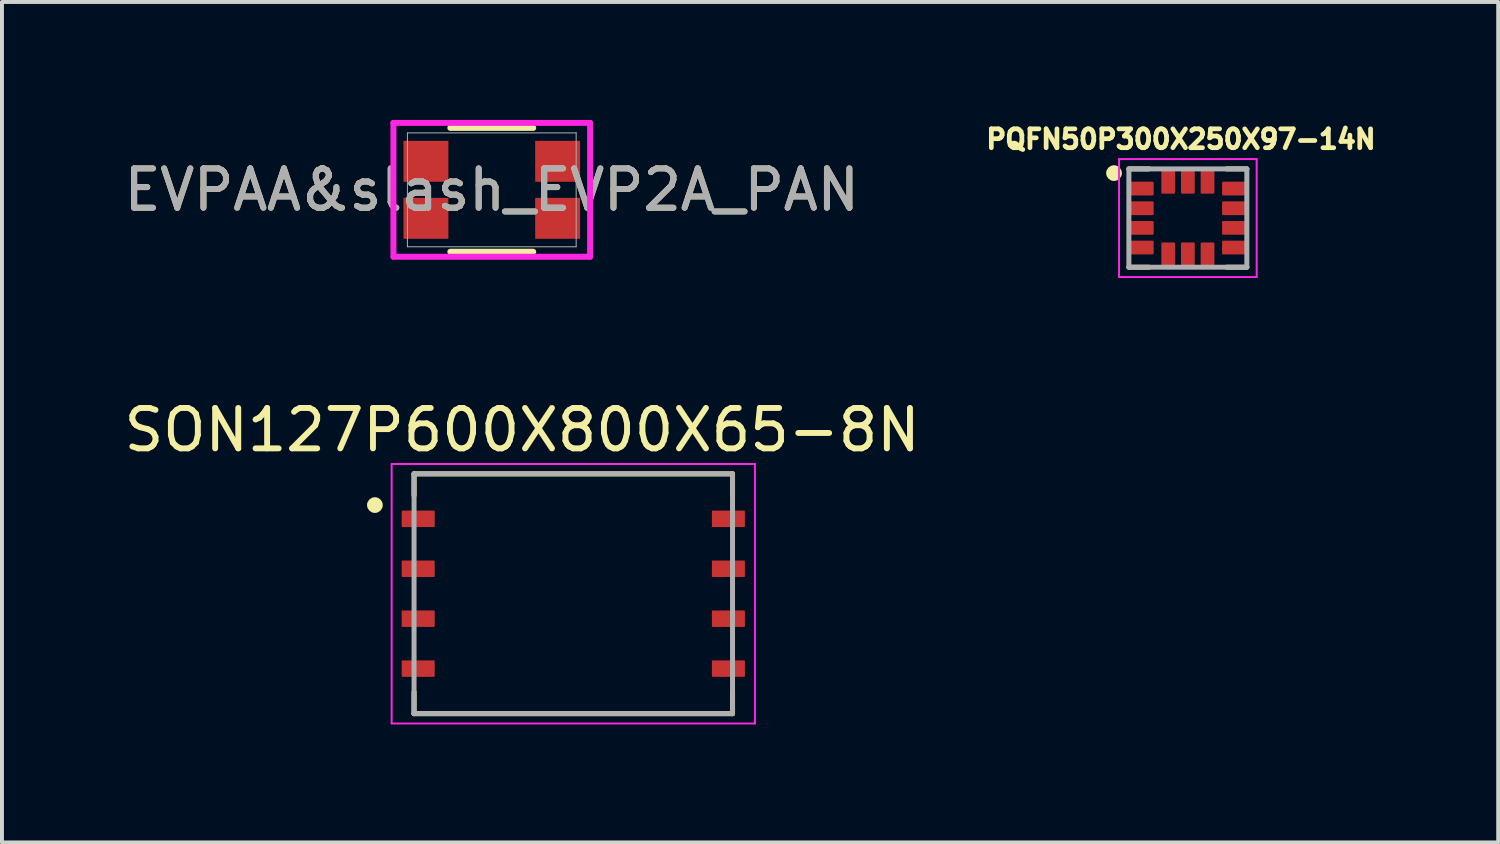
<source format=kicad_pcb>
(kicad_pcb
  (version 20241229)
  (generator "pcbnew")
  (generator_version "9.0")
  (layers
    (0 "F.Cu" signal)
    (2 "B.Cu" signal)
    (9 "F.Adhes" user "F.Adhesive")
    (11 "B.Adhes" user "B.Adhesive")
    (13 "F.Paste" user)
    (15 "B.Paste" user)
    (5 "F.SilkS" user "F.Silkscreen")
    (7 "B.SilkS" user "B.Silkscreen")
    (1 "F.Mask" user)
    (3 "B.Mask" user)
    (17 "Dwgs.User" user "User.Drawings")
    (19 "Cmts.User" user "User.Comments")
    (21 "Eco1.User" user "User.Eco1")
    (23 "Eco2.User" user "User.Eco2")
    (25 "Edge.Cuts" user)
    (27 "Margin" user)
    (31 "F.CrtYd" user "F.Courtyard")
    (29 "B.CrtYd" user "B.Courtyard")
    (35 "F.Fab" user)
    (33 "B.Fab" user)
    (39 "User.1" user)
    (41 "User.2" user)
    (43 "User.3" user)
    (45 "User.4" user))
  (footprint "PQFN50P300X250X97-14N"
    (layer "F.Cu")
    (at 27.162 2.496)
    (property "Reference" "PQFN50P300X250X97-14N" (at -0.176 -2.005 0) (layer "F.SilkS") (effects (font (size 0.48 0.48) (thickness 0.15))))
    (attr smd)
    (fp_line (start -1.5 -1.25) (end -0.99 -1.25) (stroke (width 0.127) (type solid)) (layer "F.SilkS"))
    (fp_line (start -1.5 1.25) (end -0.99 1.25) (stroke (width 0.127) (type solid)) (layer "F.SilkS"))
    (fp_line (start 0.99 -1.25) (end 1.5 -1.25) (stroke (width 0.127) (type solid)) (layer "F.SilkS"))
    (fp_line (start 1.5 1.25) (end 0.99 1.25) (stroke (width 0.127) (type solid)) (layer "F.SilkS"))
    (fp_circle (center -1.878 -1.143) (end -1.778 -1.143) (stroke (width 0.2) (type solid)) (fill no) (layer "F.SilkS"))
    (fp_line (start -1.75 -1.5) (end 1.75 -1.5) (stroke (width 0.05) (type solid)) (layer "F.CrtYd"))
    (fp_line (start -1.75 1.5) (end -1.75 -1.5) (stroke (width 0.05) (type solid)) (layer "F.CrtYd"))
    (fp_line (start 1.75 -1.5) (end 1.75 1.5) (stroke (width 0.05) (type solid)) (layer "F.CrtYd"))
    (fp_line (start 1.75 1.5) (end -1.75 1.5) (stroke (width 0.05) (type solid)) (layer "F.CrtYd"))
    (fp_line (start -1.5 -1.25) (end 1.5 -1.25) (stroke (width 0.127) (type solid)) (layer "F.Fab"))
    (fp_line (start -1.5 1.25) (end -1.5 -1.25) (stroke (width 0.127) (type solid)) (layer "F.Fab"))
    (fp_line (start 1.5 -1.25) (end 1.5 1.25) (stroke (width 0.127) (type solid)) (layer "F.Fab"))
    (fp_line (start 1.5 1.25) (end -1.5 1.25) (stroke (width 0.127) (type solid)) (layer "F.Fab"))
    (pad "1" smd roundrect (at -1.165 -0.75) (size 0.59 0.35) (layers "F.Cu" "F.Mask" "F.Paste") (roundrect_rratio 0.09))
    (pad "2" smd roundrect (at -1.165 -0.25) (size 0.59 0.35) (layers "F.Cu" "F.Mask" "F.Paste") (roundrect_rratio 0.09))
    (pad "3" smd roundrect (at -1.165 0.25) (size 0.59 0.35) (layers "F.Cu" "F.Mask" "F.Paste") (roundrect_rratio 0.09))
    (pad "4" smd roundrect (at -1.165 0.75) (size 0.59 0.35) (layers "F.Cu" "F.Mask" "F.Paste") (roundrect_rratio 0.09))
    (pad "5" smd roundrect (at -0.5 0.915 90) (size 0.59 0.35) (layers "F.Cu" "F.Mask" "F.Paste") (roundrect_rratio 0.09))
    (pad "6" smd roundrect (at 0 0.915 90) (size 0.59 0.35) (layers "F.Cu" "F.Mask" "F.Paste") (roundrect_rratio 0.09))
    (pad "7" smd roundrect (at 0.5 0.915 90) (size 0.59 0.35) (layers "F.Cu" "F.Mask" "F.Paste") (roundrect_rratio 0.09))
    (pad "8" smd roundrect (at 1.165 0.75 180) (size 0.59 0.35) (layers "F.Cu" "F.Mask" "F.Paste") (roundrect_rratio 0.09))
    (pad "9" smd roundrect (at 1.165 0.25 180) (size 0.59 0.35) (layers "F.Cu" "F.Mask" "F.Paste") (roundrect_rratio 0.09))
    (pad "10" smd roundrect (at 1.165 -0.25 180) (size 0.59 0.35) (layers "F.Cu" "F.Mask" "F.Paste") (roundrect_rratio 0.09))
    (pad "11" smd roundrect (at 1.165 -0.75 180) (size 0.59 0.35) (layers "F.Cu" "F.Mask" "F.Paste") (roundrect_rratio 0.09))
    (pad "12" smd roundrect (at 0.5 -0.915 270) (size 0.59 0.35) (layers "F.Cu" "F.Mask" "F.Paste") (roundrect_rratio 0.09))
    (pad "13" smd roundrect (at 0 -0.915 270) (size 0.59 0.35) (layers "F.Cu" "F.Mask" "F.Paste") (roundrect_rratio 0.09))
    (pad "14" smd roundrect (at -0.5 -0.915 270) (size 0.59 0.35) (layers "F.Cu" "F.Mask" "F.Paste") (roundrect_rratio 0.09)))
  (footprint "SON127P600X800X65-8N"
    (layer "F.Cu")
    (at 11.531 12.051)
    (property "Reference" "SON127P600X800X65-8N" (at -1.301 -4.165 0) (layer "F.SilkS") (effects (font (size 1.028 1.028) (thickness 0.15))))
    (attr smd)
    (fp_line (start -4.05 -3.05) (end -4.05 -2.5) (stroke (width 0.127) (type solid)) (layer "F.SilkS"))
    (fp_line (start -4.05 -3.05) (end 4.05 -3.05) (stroke (width 0.127) (type solid)) (layer "F.SilkS"))
    (fp_line (start -4.05 3.05) (end -4.05 2.5) (stroke (width 0.127) (type solid)) (layer "F.SilkS"))
    (fp_line (start 4.05 -3.05) (end 4.05 -2.5) (stroke (width 0.127) (type solid)) (layer "F.SilkS"))
    (fp_line (start 4.05 3.05) (end -4.05 3.05) (stroke (width 0.127) (type solid)) (layer "F.SilkS"))
    (fp_line (start 4.05 3.05) (end 4.05 2.5) (stroke (width 0.127) (type solid)) (layer "F.SilkS"))
    (fp_circle (center -5.046 -2.255) (end -4.946 -2.255) (stroke (width 0.2) (type solid)) (fill no) (layer "F.SilkS"))
    (fp_line (start -4.62 -3.3) (end 4.62 -3.3) (stroke (width 0.05) (type solid)) (layer "F.CrtYd"))
    (fp_line (start -4.62 3.3) (end -4.62 -3.3) (stroke (width 0.05) (type solid)) (layer "F.CrtYd"))
    (fp_line (start 4.62 -3.3) (end 4.62 3.3) (stroke (width 0.05) (type solid)) (layer "F.CrtYd"))
    (fp_line (start 4.62 3.3) (end -4.62 3.3) (stroke (width 0.05) (type solid)) (layer "F.CrtYd"))
    (fp_line (start -4.05 -3.05) (end 4.05 -3.05) (stroke (width 0.127) (type solid)) (layer "F.Fab"))
    (fp_line (start -4.05 3.05) (end -4.05 -3.05) (stroke (width 0.127) (type solid)) (layer "F.Fab"))
    (fp_line (start 4.05 -3.05) (end 4.05 3.05) (stroke (width 0.127) (type solid)) (layer "F.Fab"))
    (fp_line (start 4.05 3.05) (end -4.05 3.05) (stroke (width 0.127) (type solid)) (layer "F.Fab"))
    (pad "1" smd roundrect (at -3.945 -1.905) (size 0.84 0.42) (layers "F.Cu" "F.Mask" "F.Paste") (roundrect_rratio 0.05))
    (pad "2" smd roundrect (at -3.945 -0.635) (size 0.84 0.42) (layers "F.Cu" "F.Mask" "F.Paste") (roundrect_rratio 0.05))
    (pad "3" smd roundrect (at -3.945 0.635) (size 0.84 0.42) (layers "F.Cu" "F.Mask" "F.Paste") (roundrect_rratio 0.05))
    (pad "4" smd roundrect (at -3.945 1.905) (size 0.84 0.42) (layers "F.Cu" "F.Mask" "F.Paste") (roundrect_rratio 0.05))
    (pad "5" smd roundrect (at 3.945 1.905) (size 0.84 0.42) (layers "F.Cu" "F.Mask" "F.Paste") (roundrect_rratio 0.05))
    (pad "6" smd roundrect (at 3.945 0.635) (size 0.84 0.42) (layers "F.Cu" "F.Mask" "F.Paste") (roundrect_rratio 0.05))
    (pad "7" smd roundrect (at 3.945 -0.635) (size 0.84 0.42) (layers "F.Cu" "F.Mask" "F.Paste") (roundrect_rratio 0.05))
    (pad "8" smd roundrect (at 3.945 -1.905) (size 0.84 0.42) (layers "F.Cu" "F.Mask" "F.Paste") (roundrect_rratio 0.05)))
  (footprint "EVPAA&slash_EVP2A_PAN"
    (layer "F.Cu")
    (at 9.458 1.778)
    (property "Reference" "EVPAA&slash_EVP2A_PAN" (at 0 0 0) (unlocked yes) (layer "F.SilkS") (effects (font (size 1 1) (thickness 0.15))))
    (attr smd)
    (fp_line (start -1.054 1.575) (end 1.054 1.575) (stroke (width 0.152) (type solid)) (layer "F.SilkS"))
    (fp_line (start 1.054 -1.575) (end -1.054 -1.575) (stroke (width 0.152) (type solid)) (layer "F.SilkS"))
    (fp_line (start -2.501 -1.702) (end -2.501 1.702) (stroke (width 0.152) (type solid)) (layer "F.CrtYd"))
    (fp_line (start -2.501 1.702) (end 2.501 1.702) (stroke (width 0.152) (type solid)) (layer "F.CrtYd"))
    (fp_line (start 2.501 -1.702) (end -2.501 -1.702) (stroke (width 0.152) (type solid)) (layer "F.CrtYd"))
    (fp_line (start 2.501 1.702) (end 2.501 -1.702) (stroke (width 0.152) (type solid)) (layer "F.CrtYd"))
    (fp_line (start -2.146 -1.448) (end -2.146 1.448) (stroke (width 0.025) (type solid)) (layer "F.Fab"))
    (fp_line (start -2.146 1.448) (end 2.146 1.448) (stroke (width 0.025) (type solid)) (layer "F.Fab"))
    (fp_line (start 2.146 -1.448) (end -2.146 -1.448) (stroke (width 0.025) (type solid)) (layer "F.Fab"))
    (fp_line (start 2.146 1.448) (end 2.146 -1.448) (stroke (width 0.025) (type solid)) (layer "F.Fab"))
    (fp_text user "${REFERENCE}" (at 0 0 0) (unlocked yes) (layer "F.Fab") (effects (font (size 1 1) (thickness 0.15))))
    (pad "1" smd rect (at -1.675 -0.725) (size 1.143 1.041) (layers "F.Cu" "F.Mask" "F.Paste"))
    (pad "2" smd rect (at -1.675 0.725) (size 1.143 1.041) (layers "F.Cu" "F.Mask" "F.Paste"))
    (pad "3" smd rect (at 1.675 -0.725) (size 1.143 1.041) (layers "F.Cu" "F.Mask" "F.Paste"))
    (pad "4" smd rect (at 1.675 0.725) (size 1.143 1.041) (layers "F.Cu" "F.Mask" "F.Paste")))
  (gr_rect
    (start -3 -3)
    (end 35.055 18.376)
    (stroke (width 0.1) (type default))
    (fill no)
    (layer "Edge.Cuts")))
</source>
